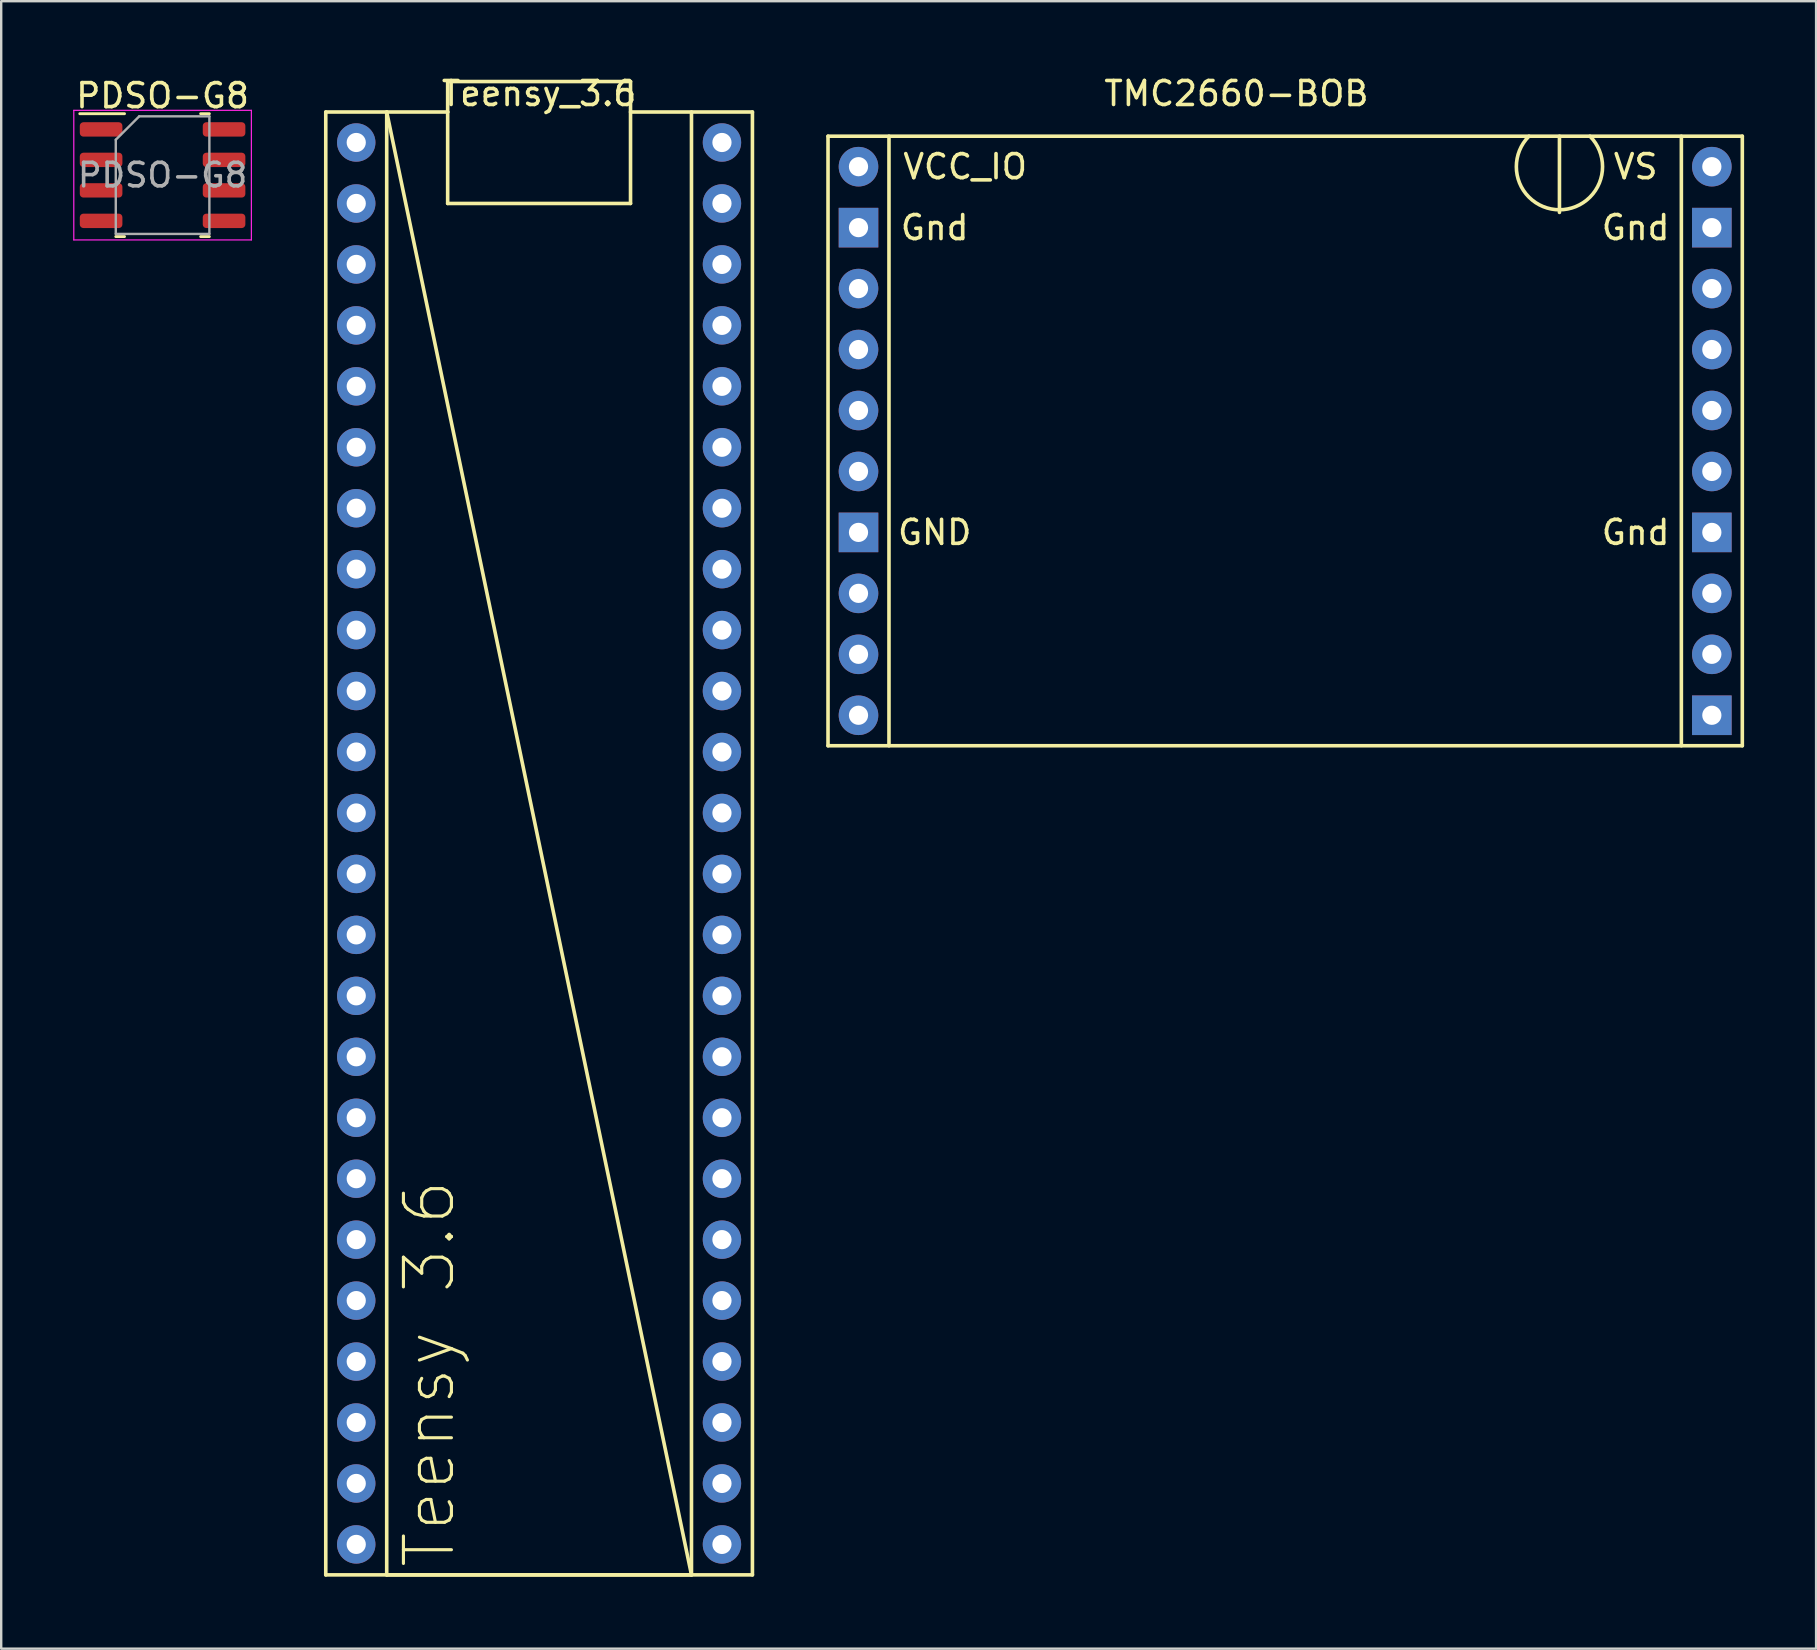
<source format=kicad_pcb>
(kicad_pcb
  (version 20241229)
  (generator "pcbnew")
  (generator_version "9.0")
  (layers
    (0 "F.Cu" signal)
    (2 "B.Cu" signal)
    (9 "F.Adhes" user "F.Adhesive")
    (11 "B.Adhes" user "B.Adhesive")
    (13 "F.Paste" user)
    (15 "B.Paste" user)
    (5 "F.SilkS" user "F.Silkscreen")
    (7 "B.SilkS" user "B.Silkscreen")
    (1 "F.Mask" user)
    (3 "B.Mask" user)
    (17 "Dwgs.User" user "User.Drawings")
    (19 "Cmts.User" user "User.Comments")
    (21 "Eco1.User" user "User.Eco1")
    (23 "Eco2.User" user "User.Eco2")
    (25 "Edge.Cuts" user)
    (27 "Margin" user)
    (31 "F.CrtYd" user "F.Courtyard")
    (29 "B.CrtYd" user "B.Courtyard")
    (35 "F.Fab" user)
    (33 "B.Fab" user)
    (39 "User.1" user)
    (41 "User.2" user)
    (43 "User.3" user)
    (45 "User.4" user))
  (footprint "Teensy_3.6"
    (layer "F.Cu")
    (at 19.415 0.348)
    (property "Reference" "Teensy_3.6" (at 0 0.5 0) (layer "F.SilkS") (effects (font (size 1 1) (thickness 0.15))))
    (attr through_hole)
    (fp_line (start -8.89 1.27) (end -3.81 1.27) (stroke (width 0.15) (type solid)) (layer "F.SilkS"))
    (fp_line (start -8.89 62.23) (end -8.89 1.27) (stroke (width 0.15) (type solid)) (layer "F.SilkS"))
    (fp_line (start -6.35 1.27) (end -6.35 62.23) (stroke (width 0.15) (type solid)) (layer "F.SilkS"))
    (fp_line (start -6.35 1.27) (end 6.35 62.23) (stroke (width 0.15) (type solid)) (layer "F.SilkS"))
    (fp_line (start -6.35 62.23) (end 6.35 62.23) (stroke (width 0.15) (type solid)) (layer "F.SilkS"))
    (fp_line (start -3.81 0) (end -3.81 1.27) (stroke (width 0.15) (type solid)) (layer "F.SilkS"))
    (fp_line (start -3.81 1.27) (end -3.81 5.08) (stroke (width 0.15) (type solid)) (layer "F.SilkS"))
    (fp_line (start -3.81 5.08) (end 3.81 5.08) (stroke (width 0.15) (type solid)) (layer "F.SilkS"))
    (fp_line (start 3.81 0) (end -3.81 0) (stroke (width 0.15) (type solid)) (layer "F.SilkS"))
    (fp_line (start 3.81 5.08) (end 3.81 0) (stroke (width 0.15) (type solid)) (layer "F.SilkS"))
    (fp_line (start 6.35 62.23) (end 6.35 1.27) (stroke (width 0.15) (type solid)) (layer "F.SilkS"))
    (fp_line (start 8.89 1.27) (end 3.81 1.27) (stroke (width 0.15) (type solid)) (layer "F.SilkS"))
    (fp_line (start 8.89 1.27) (end 8.89 62.23) (stroke (width 0.15) (type solid)) (layer "F.SilkS"))
    (fp_line (start 8.89 62.23) (end -8.89 62.23) (stroke (width 0.15) (type solid)) (layer "F.SilkS"))
    (fp_text user "Teensy 3.6" (at -4.572 53.848 90) (layer "F.SilkS") (effects (font (size 2 2) (thickness 0.13))))
    (pad "0" thru_hole circle (at -7.62 5.08) (size 1.6 1.6) (drill 0.8) (layers "*.Cu" "*.Mask"))
    (pad "1" thru_hole circle (at -7.62 7.62) (size 1.6 1.6) (drill 0.8) (layers "*.Cu" "*.Mask"))
    (pad "2" thru_hole circle (at -7.62 10.16) (size 1.6 1.6) (drill 0.8) (layers "*.Cu" "*.Mask"))
    (pad "3" thru_hole circle (at -7.62 12.7) (size 1.6 1.6) (drill 0.8) (layers "*.Cu" "*.Mask"))
    (pad "3V3_1" thru_hole circle (at -7.62 38.1) (size 1.6 1.6) (drill 0.8) (layers "*.Cu" "*.Mask"))
    (pad "3V3_2" thru_hole circle (at 7.62 7.62) (size 1.6 1.6) (drill 0.8) (layers "*.Cu" "*.Mask"))
    (pad "4" thru_hole circle (at -7.62 15.24) (size 1.6 1.6) (drill 0.8) (layers "*.Cu" "*.Mask"))
    (pad "5" thru_hole circle (at -7.62 17.78) (size 1.6 1.6) (drill 0.8) (layers "*.Cu" "*.Mask"))
    (pad "6" thru_hole circle (at -7.62 20.32) (size 1.6 1.6) (drill 0.8) (layers "*.Cu" "*.Mask"))
    (pad "7" thru_hole circle (at -7.62 22.86) (size 1.6 1.6) (drill 0.8) (layers "*.Cu" "*.Mask"))
    (pad "8" thru_hole circle (at -7.62 25.4) (size 1.6 1.6) (drill 0.8) (layers "*.Cu" "*.Mask"))
    (pad "9" thru_hole circle (at -7.62 27.94) (size 1.6 1.6) (drill 0.8) (layers "*.Cu" "*.Mask"))
    (pad "10" thru_hole circle (at -7.62 30.48) (size 1.6 1.6) (drill 0.8) (layers "*.Cu" "*.Mask"))
    (pad "11" thru_hole circle (at -7.62 33.02) (size 1.6 1.6) (drill 0.8) (layers "*.Cu" "*.Mask"))
    (pad "12" thru_hole circle (at -7.62 35.56) (size 1.6 1.6) (drill 0.8) (layers "*.Cu" "*.Mask"))
    (pad "13" thru_hole circle (at 7.62 35.56) (size 1.6 1.6) (drill 0.8) (layers "*.Cu" "*.Mask"))
    (pad "14" thru_hole circle (at 7.62 33.02) (size 1.6 1.6) (drill 0.8) (layers "*.Cu" "*.Mask"))
    (pad "15" thru_hole circle (at 7.62 30.48) (size 1.6 1.6) (drill 0.8) (layers "*.Cu" "*.Mask"))
    (pad "16" thru_hole circle (at 7.62 27.94) (size 1.6 1.6) (drill 0.8) (layers "*.Cu" "*.Mask"))
    (pad "17" thru_hole circle (at 7.62 25.4) (size 1.6 1.6) (drill 0.8) (layers "*.Cu" "*.Mask"))
    (pad "18" thru_hole circle (at 7.62 22.86) (size 1.6 1.6) (drill 0.8) (layers "*.Cu" "*.Mask"))
    (pad "19" thru_hole circle (at 7.62 20.32) (size 1.6 1.6) (drill 0.8) (layers "*.Cu" "*.Mask"))
    (pad "20" thru_hole circle (at 7.62 17.78) (size 1.6 1.6) (drill 0.8) (layers "*.Cu" "*.Mask"))
    (pad "21" thru_hole circle (at 7.62 15.24) (size 1.6 1.6) (drill 0.8) (layers "*.Cu" "*.Mask"))
    (pad "22" thru_hole circle (at 7.62 12.7) (size 1.6 1.6) (drill 0.8) (layers "*.Cu" "*.Mask"))
    (pad "23" thru_hole circle (at 7.62 10.16) (size 1.6 1.6) (drill 0.8) (layers "*.Cu" "*.Mask"))
    (pad "24" thru_hole circle (at -7.62 40.64) (size 1.6 1.6) (drill 0.8) (layers "*.Cu" "*.Mask"))
    (pad "25" thru_hole circle (at -7.62 43.18) (size 1.6 1.6) (drill 0.8) (layers "*.Cu" "*.Mask"))
    (pad "26" thru_hole circle (at -7.62 45.72) (size 1.6 1.6) (drill 0.8) (layers "*.Cu" "*.Mask"))
    (pad "27" thru_hole circle (at -7.62 48.26) (size 1.6 1.6) (drill 0.8) (layers "*.Cu" "*.Mask"))
    (pad "28" thru_hole circle (at -7.62 50.8) (size 1.6 1.6) (drill 0.8) (layers "*.Cu" "*.Mask"))
    (pad "29" thru_hole circle (at -7.62 53.34) (size 1.6 1.6) (drill 0.8) (layers "*.Cu" "*.Mask"))
    (pad "30" thru_hole circle (at -7.62 55.88) (size 1.6 1.6) (drill 0.8) (layers "*.Cu" "*.Mask"))
    (pad "31" thru_hole circle (at -7.62 58.42) (size 1.6 1.6) (drill 0.8) (layers "*.Cu" "*.Mask"))
    (pad "32" thru_hole circle (at -7.62 60.96) (size 1.6 1.6) (drill 0.8) (layers "*.Cu" "*.Mask"))
    (pad "33" thru_hole circle (at 7.62 60.96) (size 1.6 1.6) (drill 0.8) (layers "*.Cu" "*.Mask"))
    (pad "34" thru_hole circle (at 7.62 58.42) (size 1.6 1.6) (drill 0.8) (layers "*.Cu" "*.Mask"))
    (pad "35" thru_hole circle (at 7.62 55.88) (size 1.6 1.6) (drill 0.8) (layers "*.Cu" "*.Mask"))
    (pad "36" thru_hole circle (at 7.62 53.34) (size 1.6 1.6) (drill 0.8) (layers "*.Cu" "*.Mask"))
    (pad "37" thru_hole circle (at 7.62 50.8) (size 1.6 1.6) (drill 0.8) (layers "*.Cu" "*.Mask"))
    (pad "38" thru_hole circle (at 7.62 48.26) (size 1.6 1.6) (drill 0.8) (layers "*.Cu" "*.Mask"))
    (pad "39" thru_hole circle (at 7.62 45.72) (size 1.6 1.6) (drill 0.8) (layers "*.Cu" "*.Mask"))
    (pad "AGnd" thru_hole circle (at 7.62 5.08) (size 1.6 1.6) (drill 0.8) (layers "*.Cu" "*.Mask"))
    (pad "DAC0" thru_hole circle (at 7.62 43.18) (size 1.6 1.6) (drill 0.8) (layers "*.Cu" "*.Mask"))
    (pad "DAC1" thru_hole circle (at 7.62 40.64) (size 1.6 1.6) (drill 0.8) (layers "*.Cu" "*.Mask"))
    (pad "Gnd1" thru_hole circle (at -7.62 2.54) (size 1.6 1.6) (drill 0.8) (layers "*.Cu" "*.Mask"))
    (pad "Gnd2" thru_hole circle (at 7.62 38.1) (size 1.6 1.6) (drill 0.8) (layers "*.Cu" "*.Mask"))
    (pad "Vin" thru_hole circle (at 7.62 2.54) (size 1.6 1.6) (drill 0.8) (layers "*.Cu" "*.Mask")))
  (footprint "PDSO-G8"
    (layer "F.Cu")
    (at 3.725 0.438)
    (property "Reference" "PDSO-G8" (at 0 0.5 0) (layer "F.SilkS") (effects (font (size 1 1) (thickness 0.15))))
    (attr through_hole)
    (fp_line (start -1.586 1.25) (end -3.45 1.25) (stroke (width 0.12) (type solid)) (layer "F.SilkS"))
    (fp_line (start -1.586 6.37) (end -1.95 6.37) (stroke (width 0.12) (type solid)) (layer "F.SilkS"))
    (fp_line (start 1.586 1.25) (end 1.95 1.25) (stroke (width 0.12) (type solid)) (layer "F.SilkS"))
    (fp_line (start 1.586 6.37) (end 1.95 6.37) (stroke (width 0.12) (type solid)) (layer "F.SilkS"))
    (fp_line (start -3.7 1.11) (end -3.7 6.51) (stroke (width 0.05) (type solid)) (layer "F.CrtYd"))
    (fp_line (start -3.7 6.51) (end 3.7 6.51) (stroke (width 0.05) (type solid)) (layer "F.CrtYd"))
    (fp_line (start 3.7 1.11) (end -3.7 1.11) (stroke (width 0.05) (type solid)) (layer "F.CrtYd"))
    (fp_line (start 3.7 6.51) (end 3.7 1.11) (stroke (width 0.05) (type solid)) (layer "F.CrtYd"))
    (fp_line (start -1.95 2.335) (end -0.975 1.36) (stroke (width 0.1) (type solid)) (layer "F.Fab"))
    (fp_line (start -1.95 6.26) (end -1.95 2.335) (stroke (width 0.1) (type solid)) (layer "F.Fab"))
    (fp_line (start -0.975 1.36) (end 1.95 1.36) (stroke (width 0.1) (type solid)) (layer "F.Fab"))
    (fp_line (start 1.95 1.36) (end 1.95 6.26) (stroke (width 0.1) (type solid)) (layer "F.Fab"))
    (fp_line (start 1.95 6.26) (end -1.95 6.26) (stroke (width 0.1) (type solid)) (layer "F.Fab"))
    (fp_text user " " (at 0 0.41 0) (layer "F.SilkS") (effects (font (size 1 1) (thickness 0.15))))
    (fp_text user "${REFERENCE}" (at 0 3.81 0) (layer "F.Fab") (effects (font (size 0.98 0.98) (thickness 0.15))))
    (pad "1" smd roundrect (at -2.562 1.905) (size 1.775 0.6) (layers "F.Cu" "F.Mask" "F.Paste") (roundrect_rratio 0.25))
    (pad "2" smd roundrect (at -2.562 3.175) (size 1.775 0.6) (layers "F.Cu" "F.Mask" "F.Paste") (roundrect_rratio 0.25))
    (pad "3" smd roundrect (at -2.562 4.445) (size 1.775 0.6) (layers "F.Cu" "F.Mask" "F.Paste") (roundrect_rratio 0.25))
    (pad "4" smd roundrect (at -2.562 5.715) (size 1.775 0.6) (layers "F.Cu" "F.Mask" "F.Paste") (roundrect_rratio 0.25))
    (pad "5" smd roundrect (at 2.562 5.715) (size 1.775 0.6) (layers "F.Cu" "F.Mask" "F.Paste") (roundrect_rratio 0.25))
    (pad "6" smd roundrect (at 2.562 4.445) (size 1.775 0.6) (layers "F.Cu" "F.Mask" "F.Paste") (roundrect_rratio 0.25))
    (pad "7" smd roundrect (at 2.562 3.175) (size 1.775 0.6) (layers "F.Cu" "F.Mask" "F.Paste") (roundrect_rratio 0.25))
    (pad "8" smd roundrect (at 2.562 1.905) (size 1.775 0.6) (layers "F.Cu" "F.Mask" "F.Paste") (roundrect_rratio 0.25)))
  (footprint "TMC2660-BOB"
    (layer "F.Cu")
    (at 40.345 1.356)
    (property "Reference" "TMC2660-BOB" (at 8.128 -0.508 0) (layer "F.SilkS") (effects (font (size 1 1) (thickness 0.15))))
    (attr through_hole)
    (fp_line (start -8.89 1.27) (end 29.21 1.27) (stroke (width 0.15) (type solid)) (layer "F.SilkS"))
    (fp_line (start -8.89 26.67) (end -8.89 1.27) (stroke (width 0.15) (type solid)) (layer "F.SilkS"))
    (fp_line (start -6.35 1.27) (end -6.35 26.67) (stroke (width 0.15) (type solid)) (layer "F.SilkS"))
    (fp_line (start 21.59 4.445) (end 21.59 1.27) (stroke (width 0.15) (type solid)) (layer "F.SilkS"))
    (fp_line (start 26.67 26.67) (end 26.67 1.27) (stroke (width 0.15) (type solid)) (layer "F.SilkS"))
    (fp_line (start 29.21 1.27) (end 29.21 26.67) (stroke (width 0.15) (type solid)) (layer "F.SilkS"))
    (fp_line (start 29.21 26.67) (end -8.89 26.67) (stroke (width 0.15) (type solid)) (layer "F.SilkS"))
    (fp_arc (start 22.859999 1.270001) (mid 21.59 4.33605) (end 20.320001 1.270001) (stroke (width 0.15) (type solid)) (layer "F.SilkS"))
    (fp_text user "Gnd" (at 24.765 17.78 0) (layer "F.SilkS") (effects (font (size 1 1) (thickness 0.15))))
    (fp_text user "Gnd" (at 24.765 5.08 0) (layer "F.SilkS") (effects (font (size 1 1) (thickness 0.15))))
    (fp_text user "VCC_IO" (at -3.175 2.54 0) (layer "F.SilkS") (effects (font (size 1 1) (thickness 0.15))))
    (fp_text user "GND" (at -4.445 17.78 0) (layer "F.SilkS") (effects (font (size 1 1) (thickness 0.15))))
    (fp_text user "VS" (at 24.765 2.54 0) (layer "F.SilkS") (effects (font (size 1 1) (thickness 0.15))))
    (fp_text user "Gnd" (at -4.445 5.08 0) (layer "F.SilkS") (effects (font (size 1 1) (thickness 0.15))))
    (pad "1" thru_hole circle (at -7.62 2.54) (size 1.65 1.65) (drill 0.8) (layers "*.Cu" "*.Mask"))
    (pad "3" thru_hole circle (at -7.62 7.62) (size 1.65 1.65) (drill 0.8) (layers "*.Cu" "*.Mask"))
    (pad "4" thru_hole circle (at -7.62 10.16) (size 1.65 1.65) (drill 0.8) (layers "*.Cu" "*.Mask"))
    (pad "5" thru_hole circle (at -7.62 12.7) (size 1.65 1.65) (drill 0.8) (layers "*.Cu" "*.Mask"))
    (pad "6" thru_hole circle (at -7.62 15.24) (size 1.65 1.65) (drill 0.8) (layers "*.Cu" "*.Mask"))
    (pad "8" thru_hole circle (at -7.62 20.32) (size 1.65 1.65) (drill 0.8) (layers "*.Cu" "*.Mask"))
    (pad "9" thru_hole circle (at -7.62 22.86) (size 1.65 1.65) (drill 0.8) (layers "*.Cu" "*.Mask"))
    (pad "10" thru_hole circle (at -7.62 25.4) (size 1.65 1.65) (drill 0.8) (layers "*.Cu" "*.Mask"))
    (pad "11" thru_hole circle (at 27.94 2.54) (size 1.65 1.65) (drill 0.8) (layers "*.Cu" "*.Mask"))
    (pad "13" thru_hole circle (at 27.94 7.62) (size 1.65 1.65) (drill 0.8) (layers "*.Cu" "*.Mask"))
    (pad "14" thru_hole circle (at 27.94 10.16) (size 1.65 1.65) (drill 0.8) (layers "*.Cu" "*.Mask"))
    (pad "15" thru_hole circle (at 27.94 12.7) (size 1.65 1.65) (drill 0.8) (layers "*.Cu" "*.Mask"))
    (pad "16" thru_hole circle (at 27.94 15.24) (size 1.65 1.65) (drill 0.8) (layers "*.Cu" "*.Mask"))
    (pad "18" thru_hole circle (at 27.94 20.32) (size 1.65 1.65) (drill 0.8) (layers "*.Cu" "*.Mask"))
    (pad "19" thru_hole circle (at 27.94 22.86) (size 1.65 1.65) (drill 0.8) (layers "*.Cu" "*.Mask"))
    (pad "Gnd" thru_hole rect (at -7.62 5.08) (size 1.65 1.65) (drill 0.8) (layers "*.Cu" "*.Mask"))
    (pad "Gnd" thru_hole rect (at -7.62 17.78) (size 1.65 1.65) (drill 0.8) (layers "*.Cu" "*.Mask"))
    (pad "Gnd" thru_hole rect (at 27.94 5.08) (size 1.65 1.65) (drill 0.8) (layers "*.Cu" "*.Mask"))
    (pad "Gnd" thru_hole rect (at 27.94 17.78) (size 1.65 1.65) (drill 0.8) (layers "*.Cu" "*.Mask"))
    (pad "Gnd" thru_hole rect (at 27.94 25.4) (size 1.65 1.65) (drill 0.8) (layers "*.Cu" "*.Mask")))
  (gr_rect
    (start -3 -3)
    (end 72.63 65.653)
    (stroke (width 0.1) (type default))
    (fill no)
    (layer "Edge.Cuts")))
</source>
